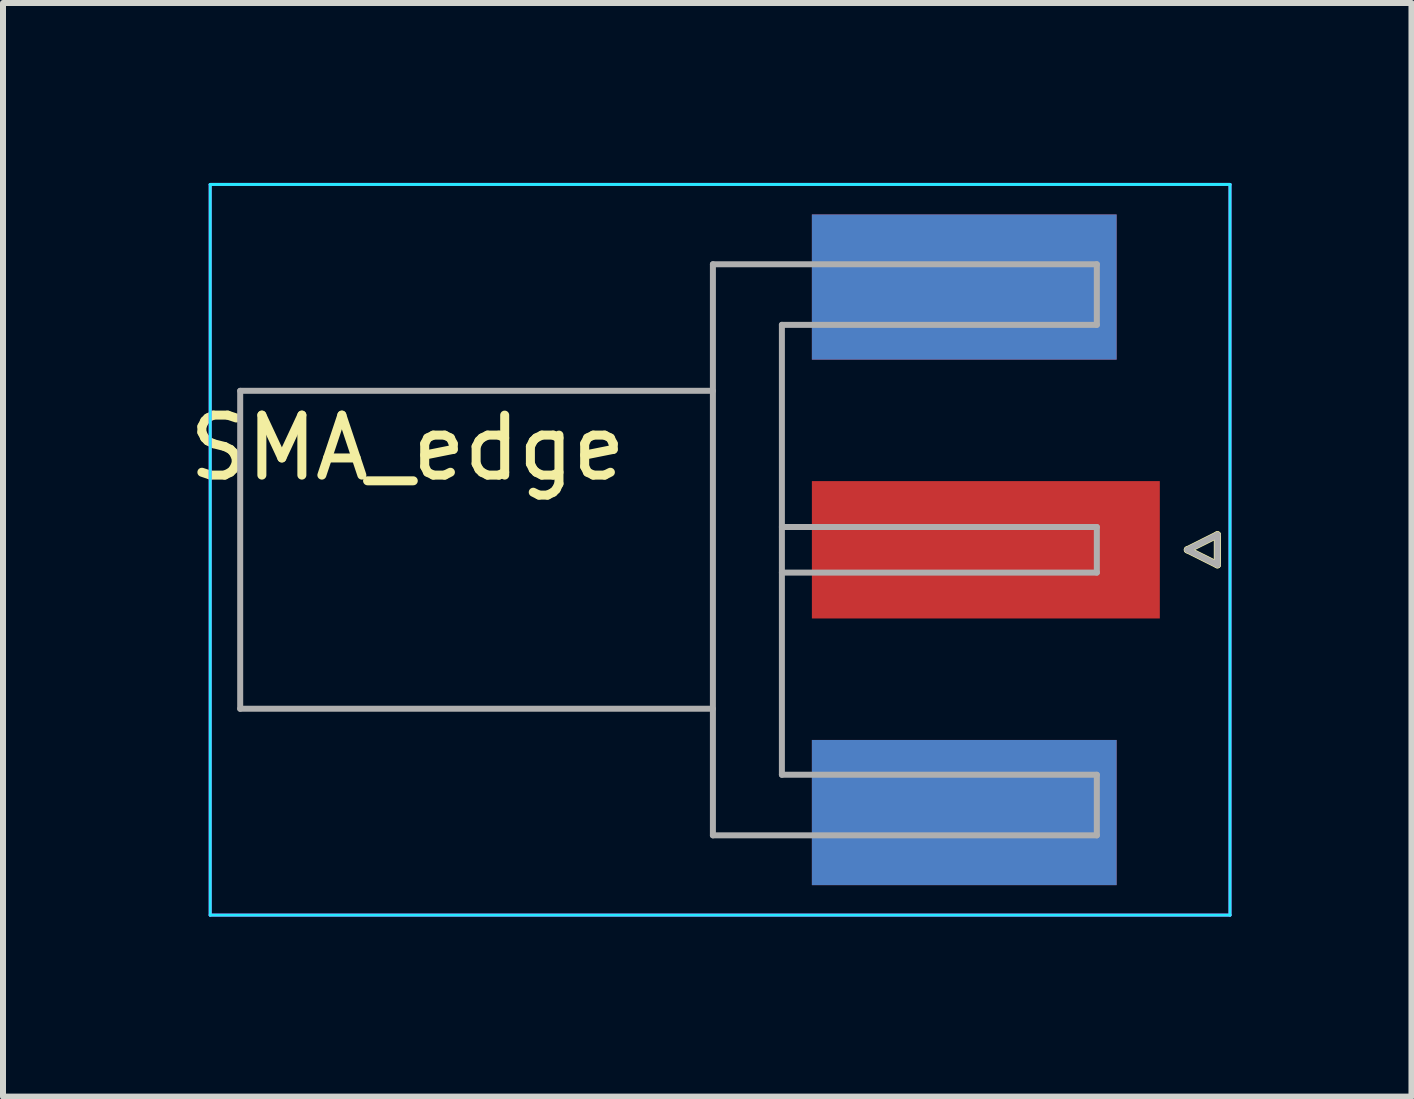
<source format=kicad_pcb>
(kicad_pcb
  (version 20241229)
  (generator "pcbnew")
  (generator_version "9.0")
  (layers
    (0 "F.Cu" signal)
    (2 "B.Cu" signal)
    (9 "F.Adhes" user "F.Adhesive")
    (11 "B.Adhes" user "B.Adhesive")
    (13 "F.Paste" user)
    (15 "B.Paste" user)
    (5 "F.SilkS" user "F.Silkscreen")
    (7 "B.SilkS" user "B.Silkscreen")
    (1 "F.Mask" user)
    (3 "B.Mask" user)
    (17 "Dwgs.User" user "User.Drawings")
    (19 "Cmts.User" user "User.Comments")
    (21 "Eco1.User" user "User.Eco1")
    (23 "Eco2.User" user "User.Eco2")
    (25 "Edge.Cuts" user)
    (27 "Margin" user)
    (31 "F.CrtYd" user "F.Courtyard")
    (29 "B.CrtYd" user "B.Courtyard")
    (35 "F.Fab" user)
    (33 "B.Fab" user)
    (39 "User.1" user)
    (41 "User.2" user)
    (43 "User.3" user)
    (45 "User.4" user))
  (footprint "SMA_edge"
    (layer "F.Cu")
    (at 14.744 6.115)
    (property "Reference" "SMA_edge" (at -11 -1.7 0) (layer "F.SilkS") (effects (font (size 1 1) (thickness 0.15))))
    (attr through_hole)
    (fp_line (start 2 0) (end 2.5 -0.25) (stroke (width 0.12) (type solid)) (layer "F.SilkS"))
    (fp_line (start 2.5 -0.25) (end 2.5 0.25) (stroke (width 0.12) (type solid)) (layer "F.SilkS"))
    (fp_line (start 2.5 0.25) (end 2 0) (stroke (width 0.12) (type solid)) (layer "F.SilkS"))
    (fp_line (start -14.29 -6.09) (end -14.29 6.09) (stroke (width 0.05) (type solid)) (layer "B.CrtYd"))
    (fp_line (start -14.29 -6.09) (end 2.71 -6.09) (stroke (width 0.05) (type solid)) (layer "B.CrtYd"))
    (fp_line (start -14.29 6.09) (end 2.71 6.09) (stroke (width 0.05) (type solid)) (layer "B.CrtYd"))
    (fp_line (start 2.71 -6.09) (end 2.71 6.09) (stroke (width 0.05) (type solid)) (layer "B.CrtYd"))
    (fp_line (start -14.29 -6.09) (end -14.29 6.09) (stroke (width 0.05) (type solid)) (layer "F.CrtYd"))
    (fp_line (start -14.29 6.09) (end 2.71 6.09) (stroke (width 0.05) (type solid)) (layer "F.CrtYd"))
    (fp_line (start 2.71 -6.09) (end -14.29 -6.09) (stroke (width 0.05) (type solid)) (layer "F.CrtYd"))
    (fp_line (start 2.71 -6.09) (end 2.71 6.09) (stroke (width 0.05) (type solid)) (layer "F.CrtYd"))
    (fp_line (start -13.79 -2.65) (end -13.79 2.65) (stroke (width 0.1) (type solid)) (layer "F.Fab"))
    (fp_line (start -13.79 -2.65) (end -5.91 -2.65) (stroke (width 0.1) (type solid)) (layer "F.Fab"))
    (fp_line (start -13.79 2.65) (end -5.91 2.65) (stroke (width 0.1) (type solid)) (layer "F.Fab"))
    (fp_line (start -5.91 -4.76) (end -5.91 4.76) (stroke (width 0.1) (type solid)) (layer "F.Fab"))
    (fp_line (start -5.91 4.76) (end 0.49 4.76) (stroke (width 0.1) (type solid)) (layer "F.Fab"))
    (fp_line (start -4.76 -3.75) (end -4.76 3.75) (stroke (width 0.1) (type solid)) (layer "F.Fab"))
    (fp_line (start -4.76 -3.75) (end 0.49 -3.75) (stroke (width 0.1) (type solid)) (layer "F.Fab"))
    (fp_line (start -4.76 -0.38) (end 0.49 -0.38) (stroke (width 0.1) (type solid)) (layer "F.Fab"))
    (fp_line (start -4.76 0.38) (end 0.49 0.38) (stroke (width 0.1) (type solid)) (layer "F.Fab"))
    (fp_line (start -4.76 3.75) (end 0.49 3.75) (stroke (width 0.1) (type solid)) (layer "F.Fab"))
    (fp_line (start 0.49 -4.76) (end -5.91 -4.76) (stroke (width 0.1) (type solid)) (layer "F.Fab"))
    (fp_line (start 0.49 -4.76) (end 0.49 -3.75) (stroke (width 0.1) (type solid)) (layer "F.Fab"))
    (fp_line (start 0.49 -0.38) (end 0.49 0.38) (stroke (width 0.1) (type solid)) (layer "F.Fab"))
    (fp_line (start 0.49 3.75) (end 0.49 4.76) (stroke (width 0.1) (type solid)) (layer "F.Fab"))
    (fp_line (start 2 0) (end 2.5 0.25) (stroke (width 0.1) (type solid)) (layer "F.Fab"))
    (fp_line (start 2.5 -0.25) (end 2 0) (stroke (width 0.1) (type solid)) (layer "F.Fab"))
    (fp_line (start 2.5 0.25) (end 2.5 -0.25) (stroke (width 0.1) (type solid)) (layer "F.Fab"))
    (pad "1" smd rect (at -1.36 0) (size 5.8 2.29) (layers "F.Cu" "F.Mask" "F.Paste"))
    (pad "2" smd rect (at -1.72 -4.38) (size 5.08 2.42) (layers "F.Cu" "F.Mask" "F.Paste"))
    (pad "2" smd rect (at -1.72 -4.38) (size 5.08 2.42) (layers "B.Cu" "B.Mask" "B.Paste"))
    (pad "2" smd rect (at -1.72 4.38) (size 5.08 2.42) (layers "F.Cu" "F.Mask" "F.Paste"))
    (pad "2" smd rect (at -1.72 4.38) (size 5.08 2.42) (layers "B.Cu" "B.Mask" "B.Paste")))
  (gr_rect
    (start -3 -3)
    (end 20.479 15.23)
    (stroke (width 0.1) (type default))
    (fill no)
    (layer "Edge.Cuts")))
</source>
